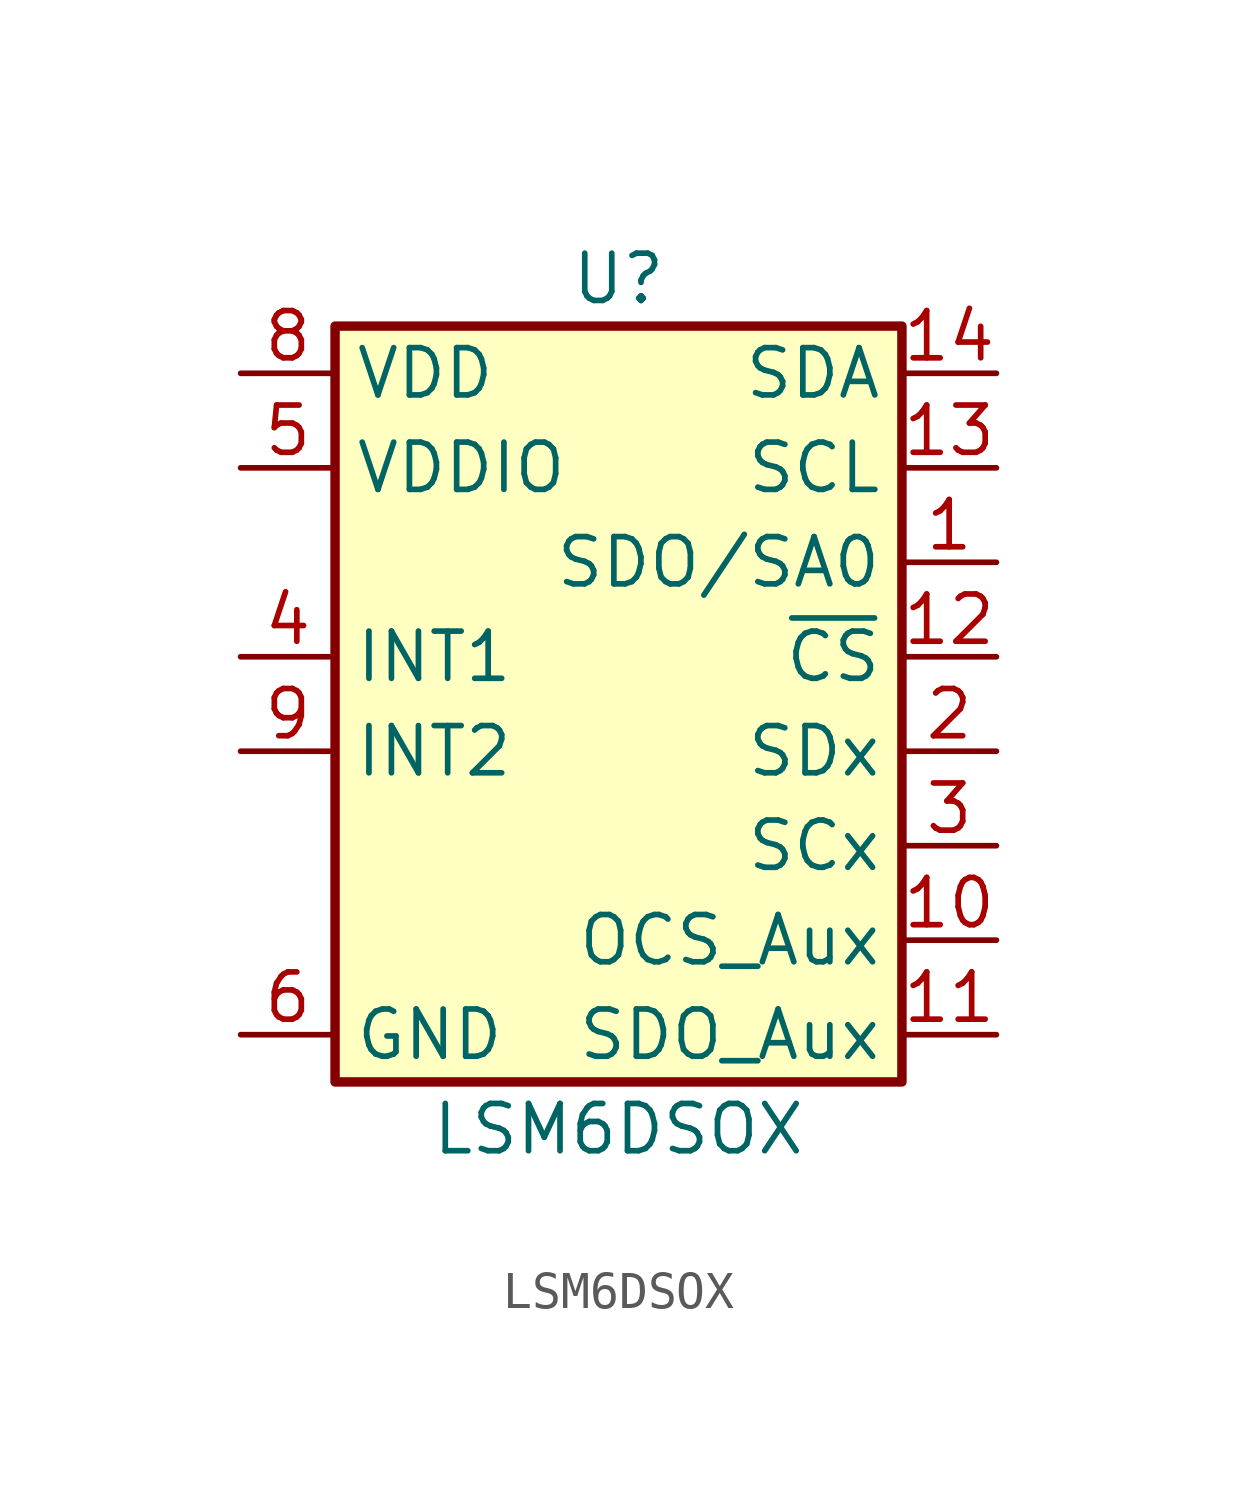
<source format=kicad_sym>
(kicad_symbol_lib
  (version 20231120)
  (generator "kicad_symbol_editor")
  (generator_version "8.0")
  (symbol "LSM6DSOX"
    (property "Reference" "U"
      (at 0 11.43 0)
      (effects (font (size 1.27 1.27))))
    (property "Value" "LSM6DSOX"
      (at 0 -11.43 0)
      (effects (font (size 1.27 1.27))))
    (symbol "LSM6DSOX_0_1"
      (rectangle (start -7.62 10.16) (end 7.62 -10.16) (stroke (width 0.254) (type default)) (fill (type background))))
    (symbol "LSM6DSOX_1_0"
      (pin bidirectional line (at 10.16 -6.35 180) (length 2.54) (name "OCS_Aux" (effects (font (size 1.27 1.27)))) (number "10" (effects (font (size 1.27 1.27)))))
      (pin bidirectional line (at 10.16 -8.89 180) (length 2.54) (name "SDO_Aux" (effects (font (size 1.27 1.27)))) (number "11" (effects (font (size 1.27 1.27)))))
      (pin bidirectional line (at 10.16 1.27 180) (length 2.54) (name "~{CS}" (effects (font (size 1.27 1.27)))) (number "12" (effects (font (size 1.27 1.27)))))
      (pin bidirectional line (at 10.16 6.35 180) (length 2.54) (name "SCL" (effects (font (size 1.27 1.27)))) (number "13" (effects (font (size 1.27 1.27)))))
      (pin bidirectional line (at 10.16 8.89 180) (length 2.54) (name "SDA" (effects (font (size 1.27 1.27)))) (number "14" (effects (font (size 1.27 1.27))))))
    (symbol "LSM6DSOX_1_1"
      (pin bidirectional line (at 10.16 3.81 180) (length 2.54) (name "SDO/SA0" (effects (font (size 1.27 1.27)))) (number "1" (effects (font (size 1.27 1.27)))))
      (pin bidirectional line (at 10.16 -1.27 180) (length 2.54) (name "SDx" (effects (font (size 1.27 1.27)))) (number "2" (effects (font (size 1.27 1.27)))))
      (pin bidirectional line (at 10.16 -3.81 180) (length 2.54) (name "SCx" (effects (font (size 1.27 1.27)))) (number "3" (effects (font (size 1.27 1.27)))))
      (pin bidirectional line (at -10.16 1.27 0) (length 2.54) (name "INT1" (effects (font (size 1.27 1.27)))) (number "4" (effects (font (size 1.27 1.27)))))
      (pin power_in line (at -10.16 6.35 0) (length 2.54) (name "VDDIO" (effects (font (size 1.27 1.27)))) (number "5" (effects (font (size 1.27 1.27)))))
      (pin power_in line (at -10.16 -8.89 0) (length 2.54) (name "GND" (effects (font (size 1.27 1.27)))) (number "6" (effects (font (size 1.27 1.27)))))
      (pin power_in line (at -10.16 -8.89 0) (length 2.54) hide (name "GND" (effects (font (size 1.27 1.27)))) (number "7" (effects (font (size 1.27 1.27)))))
      (pin power_in line (at -10.16 8.89 0) (length 2.54) (name "VDD" (effects (font (size 1.27 1.27)))) (number "8" (effects (font (size 1.27 1.27)))))
      (pin bidirectional line (at -10.16 -1.27 0) (length 2.54) (name "INT2" (effects (font (size 1.27 1.27)))) (number "9" (effects (font (size 1.27 1.27))))))))
</source>
